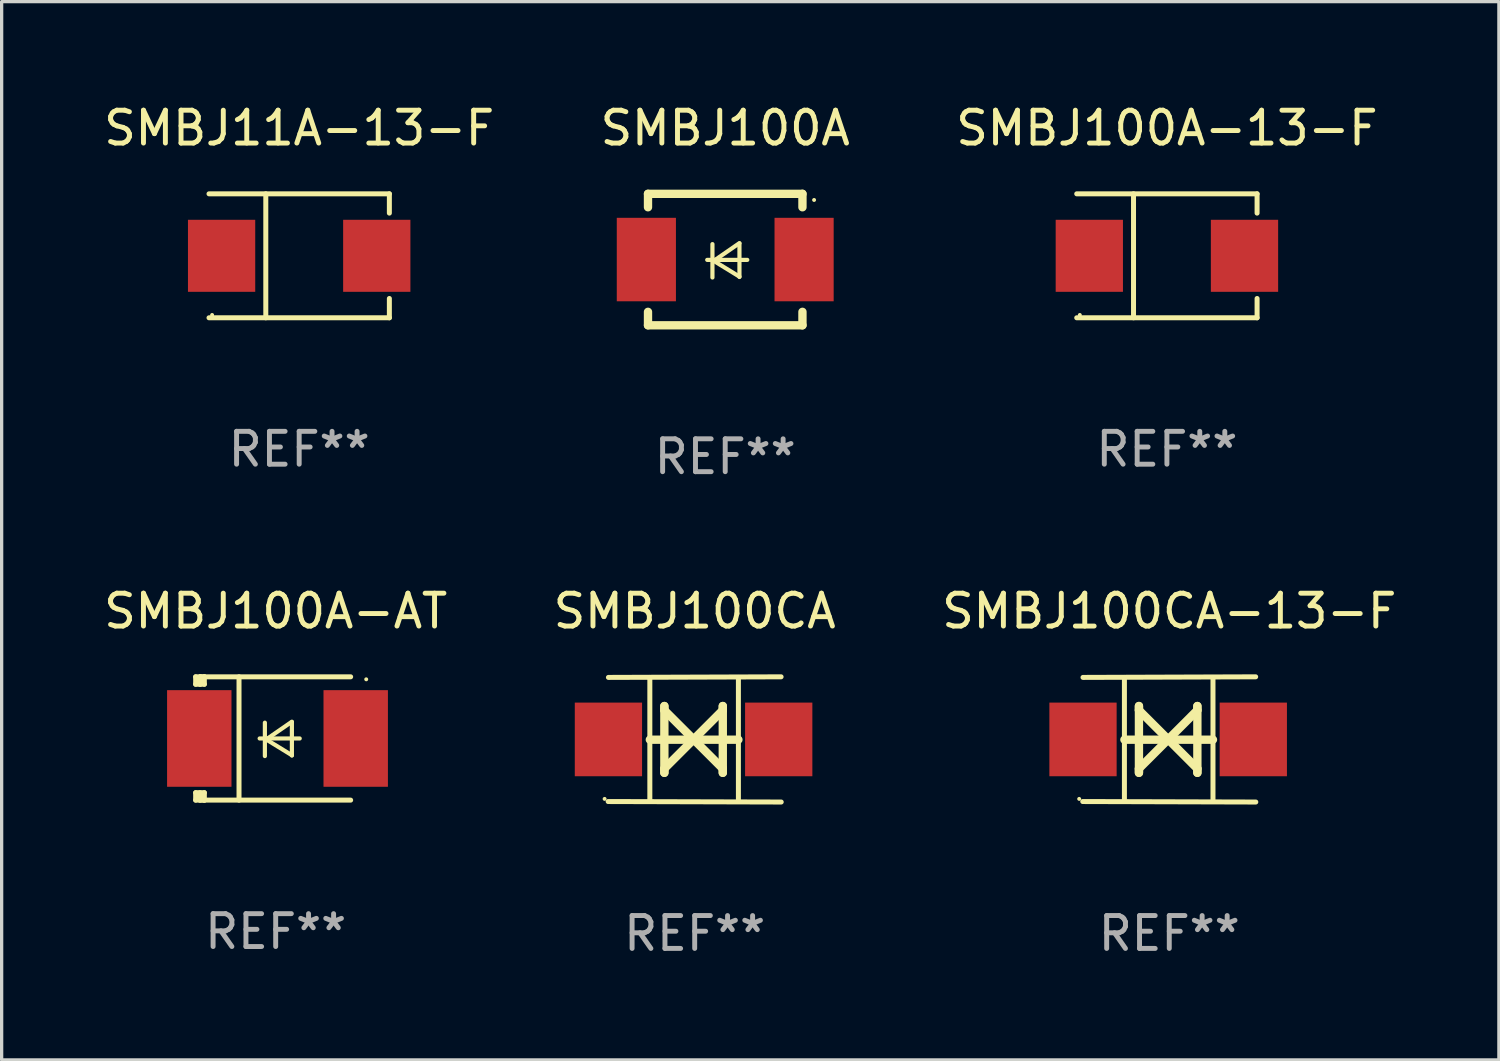
<source format=kicad_pcb>
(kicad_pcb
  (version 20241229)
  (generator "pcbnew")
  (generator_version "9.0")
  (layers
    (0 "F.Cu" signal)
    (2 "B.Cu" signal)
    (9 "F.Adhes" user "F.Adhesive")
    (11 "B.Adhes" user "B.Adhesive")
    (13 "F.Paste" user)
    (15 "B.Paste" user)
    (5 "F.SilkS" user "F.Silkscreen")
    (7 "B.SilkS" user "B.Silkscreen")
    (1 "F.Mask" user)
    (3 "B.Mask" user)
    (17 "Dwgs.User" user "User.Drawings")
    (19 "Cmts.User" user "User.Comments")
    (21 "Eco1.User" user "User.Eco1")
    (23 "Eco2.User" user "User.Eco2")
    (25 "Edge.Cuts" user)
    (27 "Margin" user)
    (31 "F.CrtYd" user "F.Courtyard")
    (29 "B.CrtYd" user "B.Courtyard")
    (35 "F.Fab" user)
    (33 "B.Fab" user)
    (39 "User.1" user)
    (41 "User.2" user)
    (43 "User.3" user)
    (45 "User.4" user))
  (footprint "SMBJ100A"
    (layer "F.Cu")
    (at 19.018 4.848)
    (property "Reference" "SMBJ100A" (at 0 -4 0) (layer "F.SilkS") (effects (font (size 1 1) (thickness 0.15))))
    (attr through_hole)
    (fp_line (start -2.35 -2) (end -2.35 -1.591) (stroke (width 0.254) (type solid)) (layer "F.SilkS"))
    (fp_line (start -2.35 -2) (end 2.35 -2) (stroke (width 0.254) (type solid)) (layer "F.SilkS"))
    (fp_line (start -2.35 1.591) (end -2.35 2) (stroke (width 0.254) (type solid)) (layer "F.SilkS"))
    (fp_line (start -2.35 2) (end 2.35 2) (stroke (width 0.254) (type solid)) (layer "F.SilkS"))
    (fp_line (start -0.548 0.01) (end 0.671 0.01) (stroke (width 0.127) (type solid)) (layer "F.SilkS"))
    (fp_line (start -0.389 -0.47) (end -0.389 0.546) (stroke (width 0.127) (type solid)) (layer "F.SilkS"))
    (fp_line (start -0.35 0.04) (end 0.433 0.52) (stroke (width 0.127) (type solid)) (layer "F.SilkS"))
    (fp_line (start 0.433 -0.5) (end -0.35 0.04) (stroke (width 0.127) (type solid)) (layer "F.SilkS"))
    (fp_line (start 0.433 0.53) (end 0.433 -0.486) (stroke (width 0.127) (type solid)) (layer "F.SilkS"))
    (fp_line (start 2.35 -2) (end 2.35 -1.591) (stroke (width 0.254) (type solid)) (layer "F.SilkS"))
    (fp_line (start 2.35 1.591) (end 2.35 2) (stroke (width 0.254) (type solid)) (layer "F.SilkS"))
    (fp_circle (center 2.704 -1.813) (end 2.734 -1.813) (stroke (width 0.06) (type solid)) (fill no) (layer "F.SilkS"))
    (fp_text user "REF**" (at 0 6 0) (layer "F.Fab") (effects (font (size 1 1) (thickness 0.15))))
    (pad "1" smd rect (at 2.4 0) (size 1.8 2.54) (layers "F.Cu" "F.Mask" "F.Paste"))
    (pad "2" smd rect (at -2.4 0) (size 1.8 2.54) (layers "F.Cu" "F.Mask" "F.Paste")))
  (footprint "SMBJ100A-AT"
    (layer "F.Cu")
    (at 5.339 19.421)
    (property "Reference" "SMBJ100A-AT" (at 0 -3.876 0) (layer "F.SilkS") (effects (font (size 1 1) (thickness 0.15))))
    (attr through_hole)
    (fp_line (start -2.435 1.65) (end -2.171 1.65) (stroke (width 0.152) (type solid)) (layer "F.SilkS"))
    (fp_line (start -2.435 1.876) (end -2.435 1.65) (stroke (width 0.152) (type solid)) (layer "F.SilkS"))
    (fp_line (start -2.435 -1.876) (end -2.171 -1.876) (stroke (width 0.152) (type solid)) (layer "F.SilkS"))
    (fp_line (start -2.435 -1.65) (end -2.435 -1.876) (stroke (width 0.152) (type solid)) (layer "F.SilkS"))
    (fp_line (start -2.305 -1.866) (end -2.295 -1.876) (stroke (width 0.152) (type solid)) (layer "F.SilkS"))
    (fp_line (start -2.305 -1.65) (end -2.305 -1.866) (stroke (width 0.152) (type solid)) (layer "F.SilkS"))
    (fp_line (start -2.305 1.876) (end -2.305 1.65) (stroke (width 0.152) (type solid)) (layer "F.SilkS"))
    (fp_line (start -2.295 -1.876) (end -2.295 -1.65) (stroke (width 0.152) (type solid)) (layer "F.SilkS"))
    (fp_line (start -2.171 1.876) (end -2.435 1.876) (stroke (width 0.152) (type solid)) (layer "F.SilkS"))
    (fp_line (start -2.171 -1.65) (end -2.435 -1.65) (stroke (width 0.152) (type solid)) (layer "F.SilkS"))
    (fp_line (start -2.171 -1.876) (end -2.295 -1.876) (stroke (width 0.152) (type solid)) (layer "F.SilkS"))
    (fp_line (start -2.171 -1.65) (end -2.171 -1.876) (stroke (width 0.152) (type solid)) (layer "F.SilkS"))
    (fp_line (start -2.171 1.876) (end -2.305 1.876) (stroke (width 0.152) (type solid)) (layer "F.SilkS"))
    (fp_line (start -2.171 1.876) (end -2.171 1.65) (stroke (width 0.152) (type solid)) (layer "F.SilkS"))
    (fp_line (start -1.116 1.876) (end -1.116 -1.876) (stroke (width 0.152) (type solid)) (layer "F.SilkS"))
    (fp_line (start -0.488 0.000102) (end 0.731 0.000102) (stroke (width 0.127) (type solid)) (layer "F.SilkS"))
    (fp_line (start -0.329 -0.48) (end -0.329 0.536) (stroke (width 0.127) (type solid)) (layer "F.SilkS"))
    (fp_line (start -0.29 0.03) (end 0.493 0.51) (stroke (width 0.127) (type solid)) (layer "F.SilkS"))
    (fp_line (start 0.493 -0.51) (end -0.29 0.03) (stroke (width 0.127) (type solid)) (layer "F.SilkS"))
    (fp_line (start 0.493 0.52) (end 0.493 -0.496) (stroke (width 0.127) (type solid)) (layer "F.SilkS"))
    (fp_line (start 2.281 -1.876) (end -2.171 -1.876) (stroke (width 0.152) (type solid)) (layer "F.SilkS"))
    (fp_line (start 2.281 1.876) (end -2.171 1.876) (stroke (width 0.152) (type solid)) (layer "F.SilkS"))
    (fp_circle (center 2.755 -1.8) (end 2.785 -1.8) (stroke (width 0.06) (type solid)) (fill no) (layer "F.SilkS"))
    (fp_text user "REF**" (at 0 5.876 0) (layer "F.Fab") (effects (font (size 1 1) (thickness 0.15))))
    (pad "1" smd rect (at 2.435 -0.000025 180) (size 1.96 2.94) (layers "F.Cu" "F.Mask" "F.Paste"))
    (pad "2" smd rect (at -2.325 -0.000025 180) (size 1.96 2.94) (layers "F.Cu" "F.Mask" "F.Paste")))
  (footprint "SMBJ100CA-13-F"
    (layer "F.Cu")
    (at 32.53 19.45)
    (property "Reference" "SMBJ100CA-13-F" (at 0 -3.905 0) (layer "F.SilkS") (effects (font (size 1 1) (thickness 0.15))))
    (attr through_hole)
    (fp_line (start -1.365 1.886) (end -1.365 -1.886) (stroke (width 0.152) (type solid)) (layer "F.SilkS"))
    (fp_line (start -1.365 0.008) (end 1.33 0.008) (stroke (width 0.254) (type solid)) (layer "F.SilkS"))
    (fp_line (start -0.923 -1.016) (end -0.923 1.016) (stroke (width 0.254) (type solid)) (layer "F.SilkS"))
    (fp_line (start -0.923 -0.889) (end -0.923 -1.016) (stroke (width 0.254) (type solid)) (layer "F.SilkS"))
    (fp_line (start -0.923 0.889) (end -0.034 0) (stroke (width 0.254) (type solid)) (layer "F.SilkS"))
    (fp_line (start -0.923 1.016) (end -0.923 0.889) (stroke (width 0.254) (type solid)) (layer "F.SilkS"))
    (fp_line (start -0.034 0) (end -0.923 -0.889) (stroke (width 0.254) (type solid)) (layer "F.SilkS"))
    (fp_line (start -0.034 0) (end 0.855 0.889) (stroke (width 0.254) (type solid)) (layer "F.SilkS"))
    (fp_line (start 0.855 -1.016) (end 0.855 -0.889) (stroke (width 0.254) (type solid)) (layer "F.SilkS"))
    (fp_line (start 0.855 -0.889) (end -0.034 0) (stroke (width 0.254) (type solid)) (layer "F.SilkS"))
    (fp_line (start 0.855 0.889) (end 0.855 1.016) (stroke (width 0.254) (type solid)) (layer "F.SilkS"))
    (fp_line (start 0.855 1.016) (end 0.855 -1.016) (stroke (width 0.254) (type solid)) (layer "F.SilkS"))
    (fp_line (start 1.33 1.886) (end 1.33 -1.886) (stroke (width 0.152) (type solid)) (layer "F.SilkS"))
    (fp_line (start 2.629 -1.905) (end -2.625 -1.887) (stroke (width 0.152) (type solid)) (layer "F.SilkS"))
    (fp_line (start 2.633 1.905) (end -2.633 1.89) (stroke (width 0.152) (type solid)) (layer "F.SilkS"))
    (fp_circle (center -2.741 1.81) (end -2.711 1.81) (stroke (width 0.06) (type solid)) (fill no) (layer "F.SilkS"))
    (fp_text user "REF**" (at 0 5.905 0) (layer "F.Fab") (effects (font (size 1 1) (thickness 0.15))))
    (pad "1" smd rect (at -2.625 0) (size 2.047 2.241) (layers "F.Cu" "F.Mask" "F.Paste"))
    (pad "2" smd rect (at 2.557 0) (size 2.047 2.241) (layers "F.Cu" "F.Mask" "F.Paste")))
  (footprint "SMBJ11A-13-F"
    (layer "F.Cu")
    (at 6.054 4.734)
    (property "Reference" "SMBJ11A-13-F" (at 0 -3.886 0) (layer "F.SilkS") (effects (font (size 1 1) (thickness 0.15))))
    (attr through_hole)
    (fp_line (start -2.744 -1.886) (end 2.744 -1.886) (stroke (width 0.152) (type solid)) (layer "F.SilkS"))
    (fp_line (start -2.744 1.886) (end 2.744 1.886) (stroke (width 0.152) (type solid)) (layer "F.SilkS"))
    (fp_line (start -1.016 -1.886) (end -1.016 1.886) (stroke (width 0.152) (type solid)) (layer "F.SilkS"))
    (fp_line (start 2.744 -1.886) (end 2.744 -1.299) (stroke (width 0.152) (type solid)) (layer "F.SilkS"))
    (fp_line (start 2.744 1.886) (end 2.744 1.299) (stroke (width 0.152) (type solid)) (layer "F.SilkS"))
    (fp_circle (center -2.65 1.8) (end -2.62 1.8) (stroke (width 0.06) (type solid)) (fill no) (layer "F.SilkS"))
    (fp_text user "REF**" (at 0 5.886 0) (layer "F.Fab") (effects (font (size 1 1) (thickness 0.15))))
    (pad "1" smd rect (at -2.361 0) (size 2.047 2.192) (layers "F.Cu" "F.Mask" "F.Paste"))
    (pad "2" smd rect (at 2.361 0) (size 2.047 2.192) (layers "F.Cu" "F.Mask" "F.Paste")))
  (footprint "SMBJ100A-13-F"
    (layer "F.Cu")
    (at 32.458 4.734)
    (property "Reference" "SMBJ100A-13-F" (at 0 -3.886 0) (layer "F.SilkS") (effects (font (size 1 1) (thickness 0.15))))
    (attr through_hole)
    (fp_line (start -2.744 -1.886) (end 2.744 -1.886) (stroke (width 0.152) (type solid)) (layer "F.SilkS"))
    (fp_line (start -2.744 1.886) (end 2.744 1.886) (stroke (width 0.152) (type solid)) (layer "F.SilkS"))
    (fp_line (start -1.016 -1.886) (end -1.016 1.886) (stroke (width 0.152) (type solid)) (layer "F.SilkS"))
    (fp_line (start 2.744 -1.886) (end 2.744 -1.299) (stroke (width 0.152) (type solid)) (layer "F.SilkS"))
    (fp_line (start 2.744 1.886) (end 2.744 1.299) (stroke (width 0.152) (type solid)) (layer "F.SilkS"))
    (fp_circle (center -2.65 1.8) (end -2.62 1.8) (stroke (width 0.06) (type solid)) (fill no) (layer "F.SilkS"))
    (fp_text user "REF**" (at 0 5.886 0) (layer "F.Fab") (effects (font (size 1 1) (thickness 0.15))))
    (pad "1" smd rect (at -2.361 0) (size 2.047 2.192) (layers "F.Cu" "F.Mask" "F.Paste"))
    (pad "2" smd rect (at 2.361 0) (size 2.047 2.192) (layers "F.Cu" "F.Mask" "F.Paste")))
  (footprint "SMBJ100CA"
    (layer "F.Cu")
    (at 18.089 19.45)
    (property "Reference" "SMBJ100CA" (at 0 -3.905 0) (layer "F.SilkS") (effects (font (size 1 1) (thickness 0.15))))
    (attr through_hole)
    (fp_line (start -1.365 1.886) (end -1.365 -1.886) (stroke (width 0.152) (type solid)) (layer "F.SilkS"))
    (fp_line (start -1.365 0.008) (end 1.33 0.008) (stroke (width 0.254) (type solid)) (layer "F.SilkS"))
    (fp_line (start -0.923 -1.016) (end -0.923 1.016) (stroke (width 0.254) (type solid)) (layer "F.SilkS"))
    (fp_line (start -0.923 -0.889) (end -0.923 -1.016) (stroke (width 0.254) (type solid)) (layer "F.SilkS"))
    (fp_line (start -0.923 0.889) (end -0.034 0) (stroke (width 0.254) (type solid)) (layer "F.SilkS"))
    (fp_line (start -0.923 1.016) (end -0.923 0.889) (stroke (width 0.254) (type solid)) (layer "F.SilkS"))
    (fp_line (start -0.034 0) (end -0.923 -0.889) (stroke (width 0.254) (type solid)) (layer "F.SilkS"))
    (fp_line (start -0.034 0) (end 0.855 0.889) (stroke (width 0.254) (type solid)) (layer "F.SilkS"))
    (fp_line (start 0.855 -1.016) (end 0.855 -0.889) (stroke (width 0.254) (type solid)) (layer "F.SilkS"))
    (fp_line (start 0.855 -0.889) (end -0.034 0) (stroke (width 0.254) (type solid)) (layer "F.SilkS"))
    (fp_line (start 0.855 0.889) (end 0.855 1.016) (stroke (width 0.254) (type solid)) (layer "F.SilkS"))
    (fp_line (start 0.855 1.016) (end 0.855 -1.016) (stroke (width 0.254) (type solid)) (layer "F.SilkS"))
    (fp_line (start 1.33 1.886) (end 1.33 -1.886) (stroke (width 0.152) (type solid)) (layer "F.SilkS"))
    (fp_line (start 2.629 -1.905) (end -2.625 -1.887) (stroke (width 0.152) (type solid)) (layer "F.SilkS"))
    (fp_line (start 2.633 1.905) (end -2.633 1.89) (stroke (width 0.152) (type solid)) (layer "F.SilkS"))
    (fp_circle (center -2.741 1.81) (end -2.711 1.81) (stroke (width 0.06) (type solid)) (fill no) (layer "F.SilkS"))
    (fp_text user "REF**" (at 0 5.905 0) (layer "F.Fab") (effects (font (size 1 1) (thickness 0.15))))
    (pad "1" smd rect (at -2.625 0) (size 2.047 2.241) (layers "F.Cu" "F.Mask" "F.Paste"))
    (pad "2" smd rect (at 2.557 0) (size 2.047 2.241) (layers "F.Cu" "F.Mask" "F.Paste")))
  (gr_rect
    (start -3 -3)
    (end 42.56 29.203)
    (stroke (width 0.1) (type default))
    (fill no)
    (layer "Edge.Cuts")))
</source>
